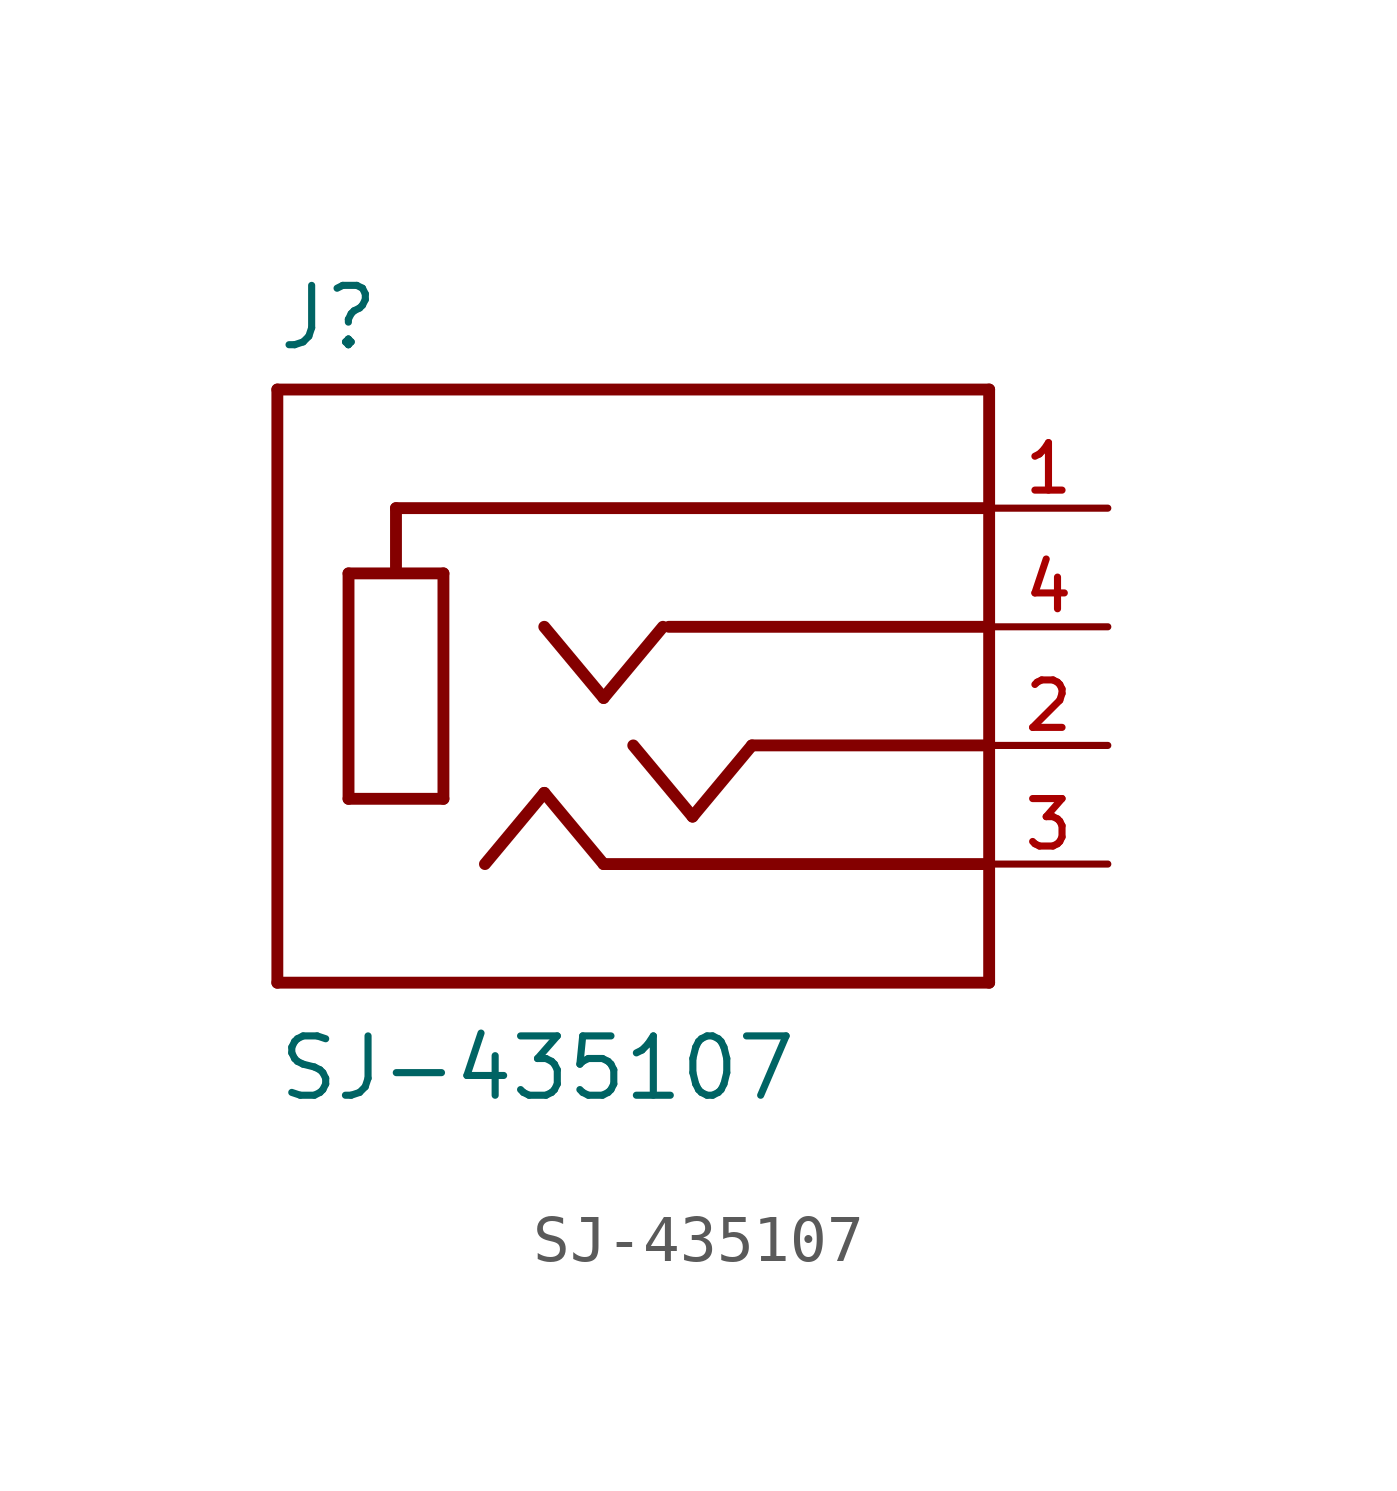
<source format=kicad_sym>
(kicad_symbol_lib
  (version 20211014)
  (generator kicad_symbol_editor)
  (symbol "SJ-435107"
    (pin_names
      (offset 1.016))
    (property "Reference" "J"
      (at -7.651 8.416 0)
      (effects (font (size 1.27 1.27)) (justify bottom left)))
    (property "Value" "SJ-435107"
      (at -7.653 -7.653 0)
      (effects (font (size 1.27 1.27)) (justify bottom left)))
    (symbol "SJ-435107_0_0"
      (polyline (pts (xy -6.096 3.683) (xy -6.096 -1.143)) (stroke (width 0.254)))
      (polyline (pts (xy -6.096 -1.143) (xy -4.064 -1.143)) (stroke (width 0.254)))
      (polyline (pts (xy -4.064 -1.143) (xy -4.064 3.683)) (stroke (width 0.254)))
      (polyline (pts (xy -4.064 3.683) (xy -6.096 3.683)) (stroke (width 0.254)))
      (polyline (pts (xy 0.0 0.0) (xy 1.27 -1.524)) (stroke (width 0.254)))
      (polyline (pts (xy 1.27 -1.524) (xy 2.54 0.0)) (stroke (width 0.254)))
      (polyline (pts (xy 2.54 0.0) (xy 7.62 0.0)) (stroke (width 0.254)))
      (polyline (pts (xy 7.62 0.0) (xy 7.62 -2.54)) (stroke (width 0.254)))
      (polyline (pts (xy 7.62 -2.54) (xy 7.62 -5.08)) (stroke (width 0.254)))
      (polyline (pts (xy 7.62 -5.08) (xy -7.62 -5.08)) (stroke (width 0.254)))
      (polyline (pts (xy -7.62 -5.08) (xy -7.62 7.62)) (stroke (width 0.254)))
      (polyline (pts (xy -7.62 7.62) (xy 7.62 7.62)) (stroke (width 0.254)))
      (polyline (pts (xy -0.635 -2.54) (xy 7.62 -2.54)) (stroke (width 0.254)))
      (polyline (pts (xy -3.175 -2.54) (xy -1.905 -1.016)) (stroke (width 0.254)))
      (polyline (pts (xy -1.905 -1.016) (xy -0.635 -2.54)) (stroke (width 0.254)))
      (polyline (pts (xy 0.635 2.54) (xy -0.635 1.016)) (stroke (width 0.254)))
      (polyline (pts (xy -0.635 1.016) (xy -1.905 2.54)) (stroke (width 0.254)))
      (polyline (pts (xy 7.62 2.54) (xy 0.762 2.54)) (stroke (width 0.254)))
      (polyline (pts (xy -5.08 3.81) (xy -5.08 5.08)) (stroke (width 0.254)))
      (polyline (pts (xy -5.08 5.08) (xy 7.62 5.08)) (stroke (width 0.254)))
      (polyline (pts (xy 7.62 5.08) (xy 7.62 7.62)) (stroke (width 0.254)))
      (polyline (pts (xy 7.62 5.08) (xy 7.62 0.0)) (stroke (width 0.254)))
      (pin passive line (at 10.16 5.08 180.0) (length 2.54) (name "~" (effects (font (size 1.016 1.016)))) (number "1" (effects (font (size 1.016 1.016)))))
      (pin passive line (at 10.16 0.0 180.0) (length 2.54) (name "~" (effects (font (size 1.016 1.016)))) (number "2" (effects (font (size 1.016 1.016)))))
      (pin passive line (at 10.16 -2.54 180.0) (length 2.54) (name "~" (effects (font (size 1.016 1.016)))) (number "3" (effects (font (size 1.016 1.016)))))
      (pin passive line (at 10.16 2.54 180.0) (length 2.54) (name "~" (effects (font (size 1.016 1.016)))) (number "4" (effects (font (size 1.016 1.016))))))))
</source>
